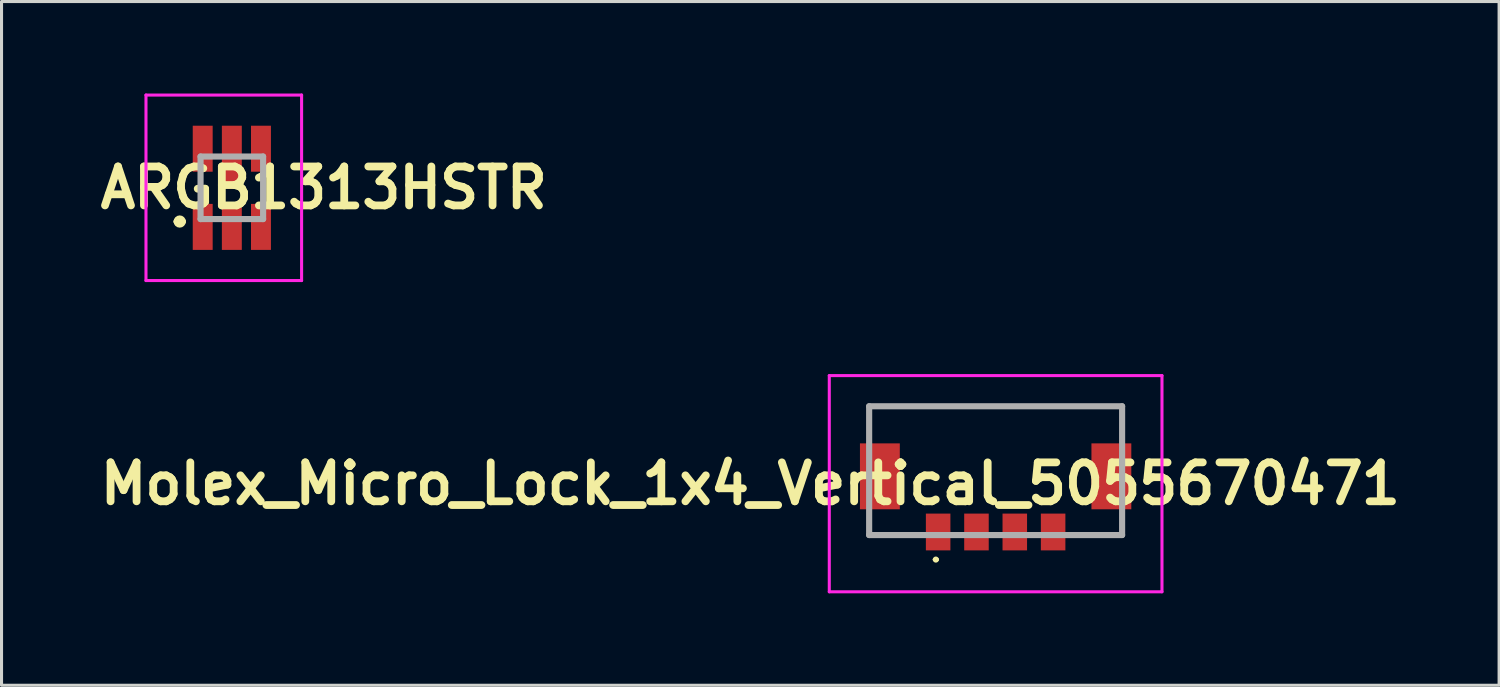
<source format=kicad_pcb>
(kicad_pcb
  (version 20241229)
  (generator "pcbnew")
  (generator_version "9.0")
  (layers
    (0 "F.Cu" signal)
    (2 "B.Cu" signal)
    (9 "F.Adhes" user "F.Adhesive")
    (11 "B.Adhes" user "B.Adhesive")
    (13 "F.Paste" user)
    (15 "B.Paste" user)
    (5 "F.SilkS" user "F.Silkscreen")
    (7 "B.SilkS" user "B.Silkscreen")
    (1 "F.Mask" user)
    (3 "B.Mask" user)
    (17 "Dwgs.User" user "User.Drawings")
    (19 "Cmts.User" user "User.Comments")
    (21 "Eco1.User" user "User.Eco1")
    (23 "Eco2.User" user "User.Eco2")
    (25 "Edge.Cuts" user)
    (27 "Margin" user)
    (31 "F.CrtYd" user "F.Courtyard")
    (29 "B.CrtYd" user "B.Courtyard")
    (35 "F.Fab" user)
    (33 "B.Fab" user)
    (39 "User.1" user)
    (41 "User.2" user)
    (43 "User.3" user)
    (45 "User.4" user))
  (footprint "Molex_Micro_Lock_1x4_Vertical_5055670471"
    (layer "F.Cu")
    (at 29.421 12.725)
    (property "Reference" "Molex_Micro_Lock_1x4_Vertical_5055670471" (at -8 0 0) (layer "F.SilkS") (effects (font (size 1.27 1.27) (thickness 0.254))))
    (attr smd)
    (fp_line (start -4.125 -2.525) (end 4.125 -2.525) (stroke (width 0.1) (type solid)) (layer "F.SilkS"))
    (fp_line (start -4.125 -1.825) (end -4.125 -2.525) (stroke (width 0.1) (type solid)) (layer "F.SilkS"))
    (fp_line (start -4.125 1.675) (end -4.125 1.175) (stroke (width 0.1) (type solid)) (layer "F.SilkS"))
    (fp_line (start -2.5 1.675) (end -4.125 1.675) (stroke (width 0.1) (type solid)) (layer "F.SilkS"))
    (fp_line (start -2 2.475) (end -2 2.475) (stroke (width 0.1) (type solid)) (layer "F.SilkS"))
    (fp_line (start -1.9 2.475) (end -1.9 2.475) (stroke (width 0.1) (type solid)) (layer "F.SilkS"))
    (fp_line (start 2.5 1.675) (end 4.125 1.675) (stroke (width 0.1) (type solid)) (layer "F.SilkS"))
    (fp_line (start 4.125 -2.525) (end 4.125 -1.825) (stroke (width 0.1) (type solid)) (layer "F.SilkS"))
    (fp_line (start 4.125 1.675) (end 4.125 1.175) (stroke (width 0.1) (type solid)) (layer "F.SilkS"))
    (fp_arc (start -2 2.475) (mid -1.95 2.425) (end -1.9 2.475) (stroke (width 0.1) (type solid)) (layer "F.SilkS"))
    (fp_arc (start -1.9 2.475) (mid -1.95 2.525) (end -2 2.475) (stroke (width 0.1) (type solid)) (layer "F.SilkS"))
    (fp_line (start -5.425 -3.525) (end 5.425 -3.525) (stroke (width 0.1) (type solid)) (layer "F.CrtYd"))
    (fp_line (start -5.425 3.525) (end -5.425 -3.525) (stroke (width 0.1) (type solid)) (layer "F.CrtYd"))
    (fp_line (start 5.425 -3.525) (end 5.425 3.525) (stroke (width 0.1) (type solid)) (layer "F.CrtYd"))
    (fp_line (start 5.425 3.525) (end -5.425 3.525) (stroke (width 0.1) (type solid)) (layer "F.CrtYd"))
    (fp_line (start -4.125 -2.525) (end 4.125 -2.525) (stroke (width 0.2) (type solid)) (layer "F.Fab"))
    (fp_line (start -4.125 1.675) (end -4.125 -2.525) (stroke (width 0.2) (type solid)) (layer "F.Fab"))
    (fp_line (start 4.125 -2.525) (end 4.125 1.675) (stroke (width 0.2) (type solid)) (layer "F.Fab"))
    (fp_line (start 4.125 1.675) (end -4.125 1.675) (stroke (width 0.2) (type solid)) (layer "F.Fab"))
    (pad "1" smd rect (at -1.875 1.575) (size 0.8 1.2) (layers "F.Cu" "F.Mask" "F.Paste"))
    (pad "2" smd rect (at -0.625 1.575) (size 0.8 1.2) (layers "F.Cu" "F.Mask" "F.Paste"))
    (pad "3" smd rect (at 0.625 1.575) (size 0.8 1.2) (layers "F.Cu" "F.Mask" "F.Paste"))
    (pad "4" smd rect (at 1.875 1.575) (size 0.8 1.2) (layers "F.Cu" "F.Mask" "F.Paste"))
    (pad "MP" smd rect (at -3.775 -0.24) (size 1.3 2.15) (layers "F.Cu" "F.Mask" "F.Paste"))
    (pad "MP" smd rect (at 3.775 -0.24) (size 1.3 2.15) (layers "F.Cu" "F.Mask" "F.Paste")))
  (footprint "ARGB1313HSTR"
    (layer "F.Cu")
    (at 4.511 3.075)
    (property "Reference" "ARGB1313HSTR" (at 3 0 0) (layer "F.SilkS") (effects (font (size 1.27 1.27) (thickness 0.254))))
    (attr smd)
    (fp_line (start -1.8 1.1) (end -1.8 1.1) (stroke (width 0.2) (type solid)) (layer "F.SilkS"))
    (fp_line (start -1.6 1.1) (end -1.6 1.1) (stroke (width 0.2) (type solid)) (layer "F.SilkS"))
    (fp_arc (start -1.8 1.1) (mid -1.7 1) (end -1.6 1.1) (stroke (width 0.2) (type solid)) (layer "F.SilkS"))
    (fp_arc (start -1.6 1.1) (mid -1.7 1.2) (end -1.8 1.1) (stroke (width 0.2) (type solid)) (layer "F.SilkS"))
    (fp_line (start -2.8 -3.025) (end 2.275 -3.025) (stroke (width 0.1) (type solid)) (layer "F.CrtYd"))
    (fp_line (start -2.8 3.025) (end -2.8 -3.025) (stroke (width 0.1) (type solid)) (layer "F.CrtYd"))
    (fp_line (start 2.275 -3.025) (end 2.275 3.025) (stroke (width 0.1) (type solid)) (layer "F.CrtYd"))
    (fp_line (start 2.275 3.025) (end -2.8 3.025) (stroke (width 0.1) (type solid)) (layer "F.CrtYd"))
    (fp_line (start -1.02 -1.02) (end 1.02 -1.02) (stroke (width 0.2) (type solid)) (layer "F.Fab"))
    (fp_line (start -1.02 1.02) (end -1.02 -1.02) (stroke (width 0.2) (type solid)) (layer "F.Fab"))
    (fp_line (start 1.02 -1.02) (end 1.02 1.02) (stroke (width 0.2) (type solid)) (layer "F.Fab"))
    (fp_line (start 1.02 1.02) (end -1.02 1.02) (stroke (width 0.2) (type solid)) (layer "F.Fab"))
    (pad "1" smd rect (at -0.95 1.275) (size 0.65 1.5) (layers "F.Cu" "F.Mask" "F.Paste"))
    (pad "2" smd rect (at 0 1.275) (size 0.65 1.5) (layers "F.Cu" "F.Mask" "F.Paste"))
    (pad "3" smd rect (at 0.95 1.275) (size 0.65 1.5) (layers "F.Cu" "F.Mask" "F.Paste"))
    (pad "4" smd rect (at 0.95 -1.275) (size 0.65 1.5) (layers "F.Cu" "F.Mask" "F.Paste"))
    (pad "5" smd rect (at 0 -1) (size 0.65 2.05) (layers "F.Cu" "F.Mask" "F.Paste"))
    (pad "6" smd rect (at -0.95 -1.275) (size 0.65 1.5) (layers "F.Cu" "F.Mask" "F.Paste")))
  (gr_rect
    (start -3 -3)
    (end 45.841 19.3)
    (stroke (width 0.1) (type default))
    (fill no)
    (layer "Edge.Cuts")))
</source>
